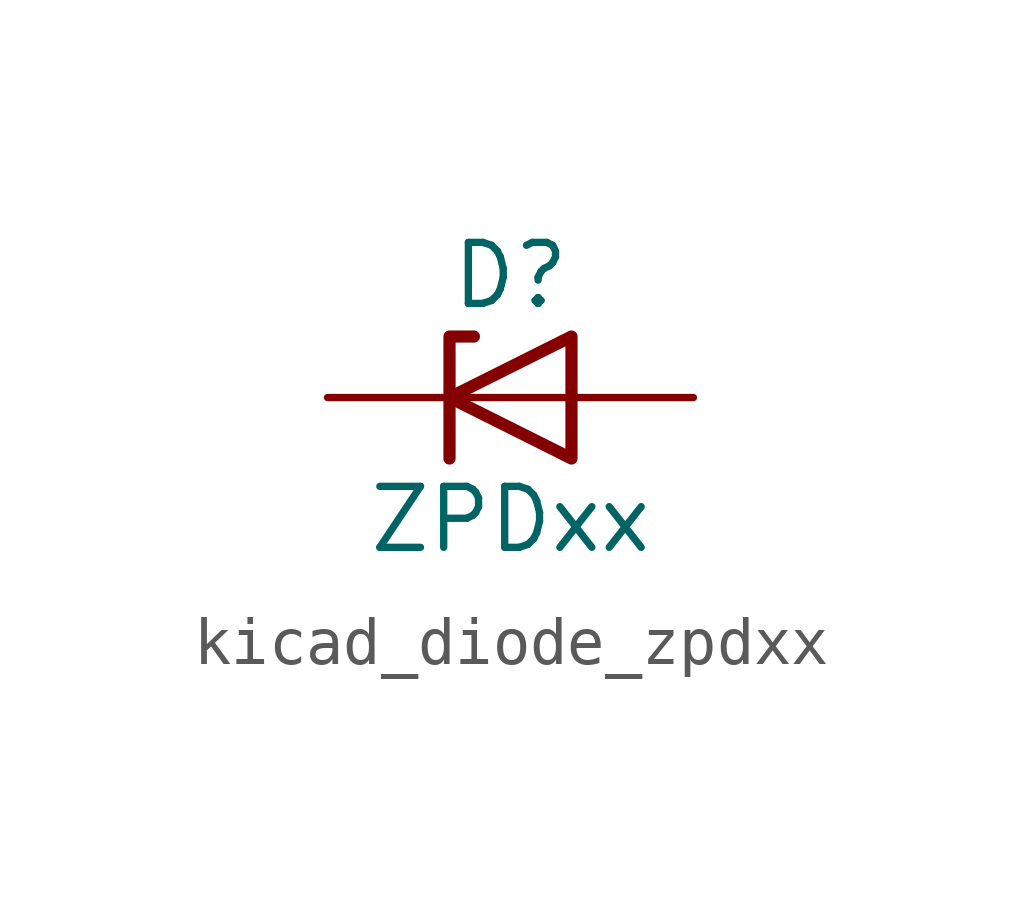
<source format=kicad_sym>
(kicad_symbol_lib
  (version 20220914)
  (generator kicad_symbol_editor)
  (symbol "kicad_diode_zpdxx"
    (pin_numbers hide)
    (pin_names hide)
    (property "Reference" "D"
      (at 0 2.54 0)
      (effects (font (size 1.27 1.27))))
    (property "Value" "ZPDxx"
      (at 0 -2.54 0)
      (effects (font (size 1.27 1.27))))
    (symbol "kicad_diode_zpdxx_0_1"
      (polyline (pts (xy 1.27 0) (xy -1.27 0)) (stroke (width 0) (type default)) (fill (type none)))
      (polyline (pts (xy -1.27 -1.27) (xy -1.27 1.27) (xy -0.762 1.27)) (stroke (width 0.254) (type default)) (fill (type none)))
      (polyline (pts (xy 1.27 -1.27) (xy 1.27 1.27) (xy -1.27 0) (xy 1.27 -1.27)) (stroke (width 0.254) (type default)) (fill (type none))))
    (symbol "kicad_diode_zpdxx_1_1"
      (pin passive line (at -3.81 0 0) (length 2.54) (name "K" (effects (font (size 1.27 1.27)))) (number "1" (effects (font (size 1.27 1.27)))))
      (pin passive line (at 3.81 0 180) (length 2.54) (name "A" (effects (font (size 1.27 1.27)))) (number "2" (effects (font (size 1.27 1.27))))))))
</source>
